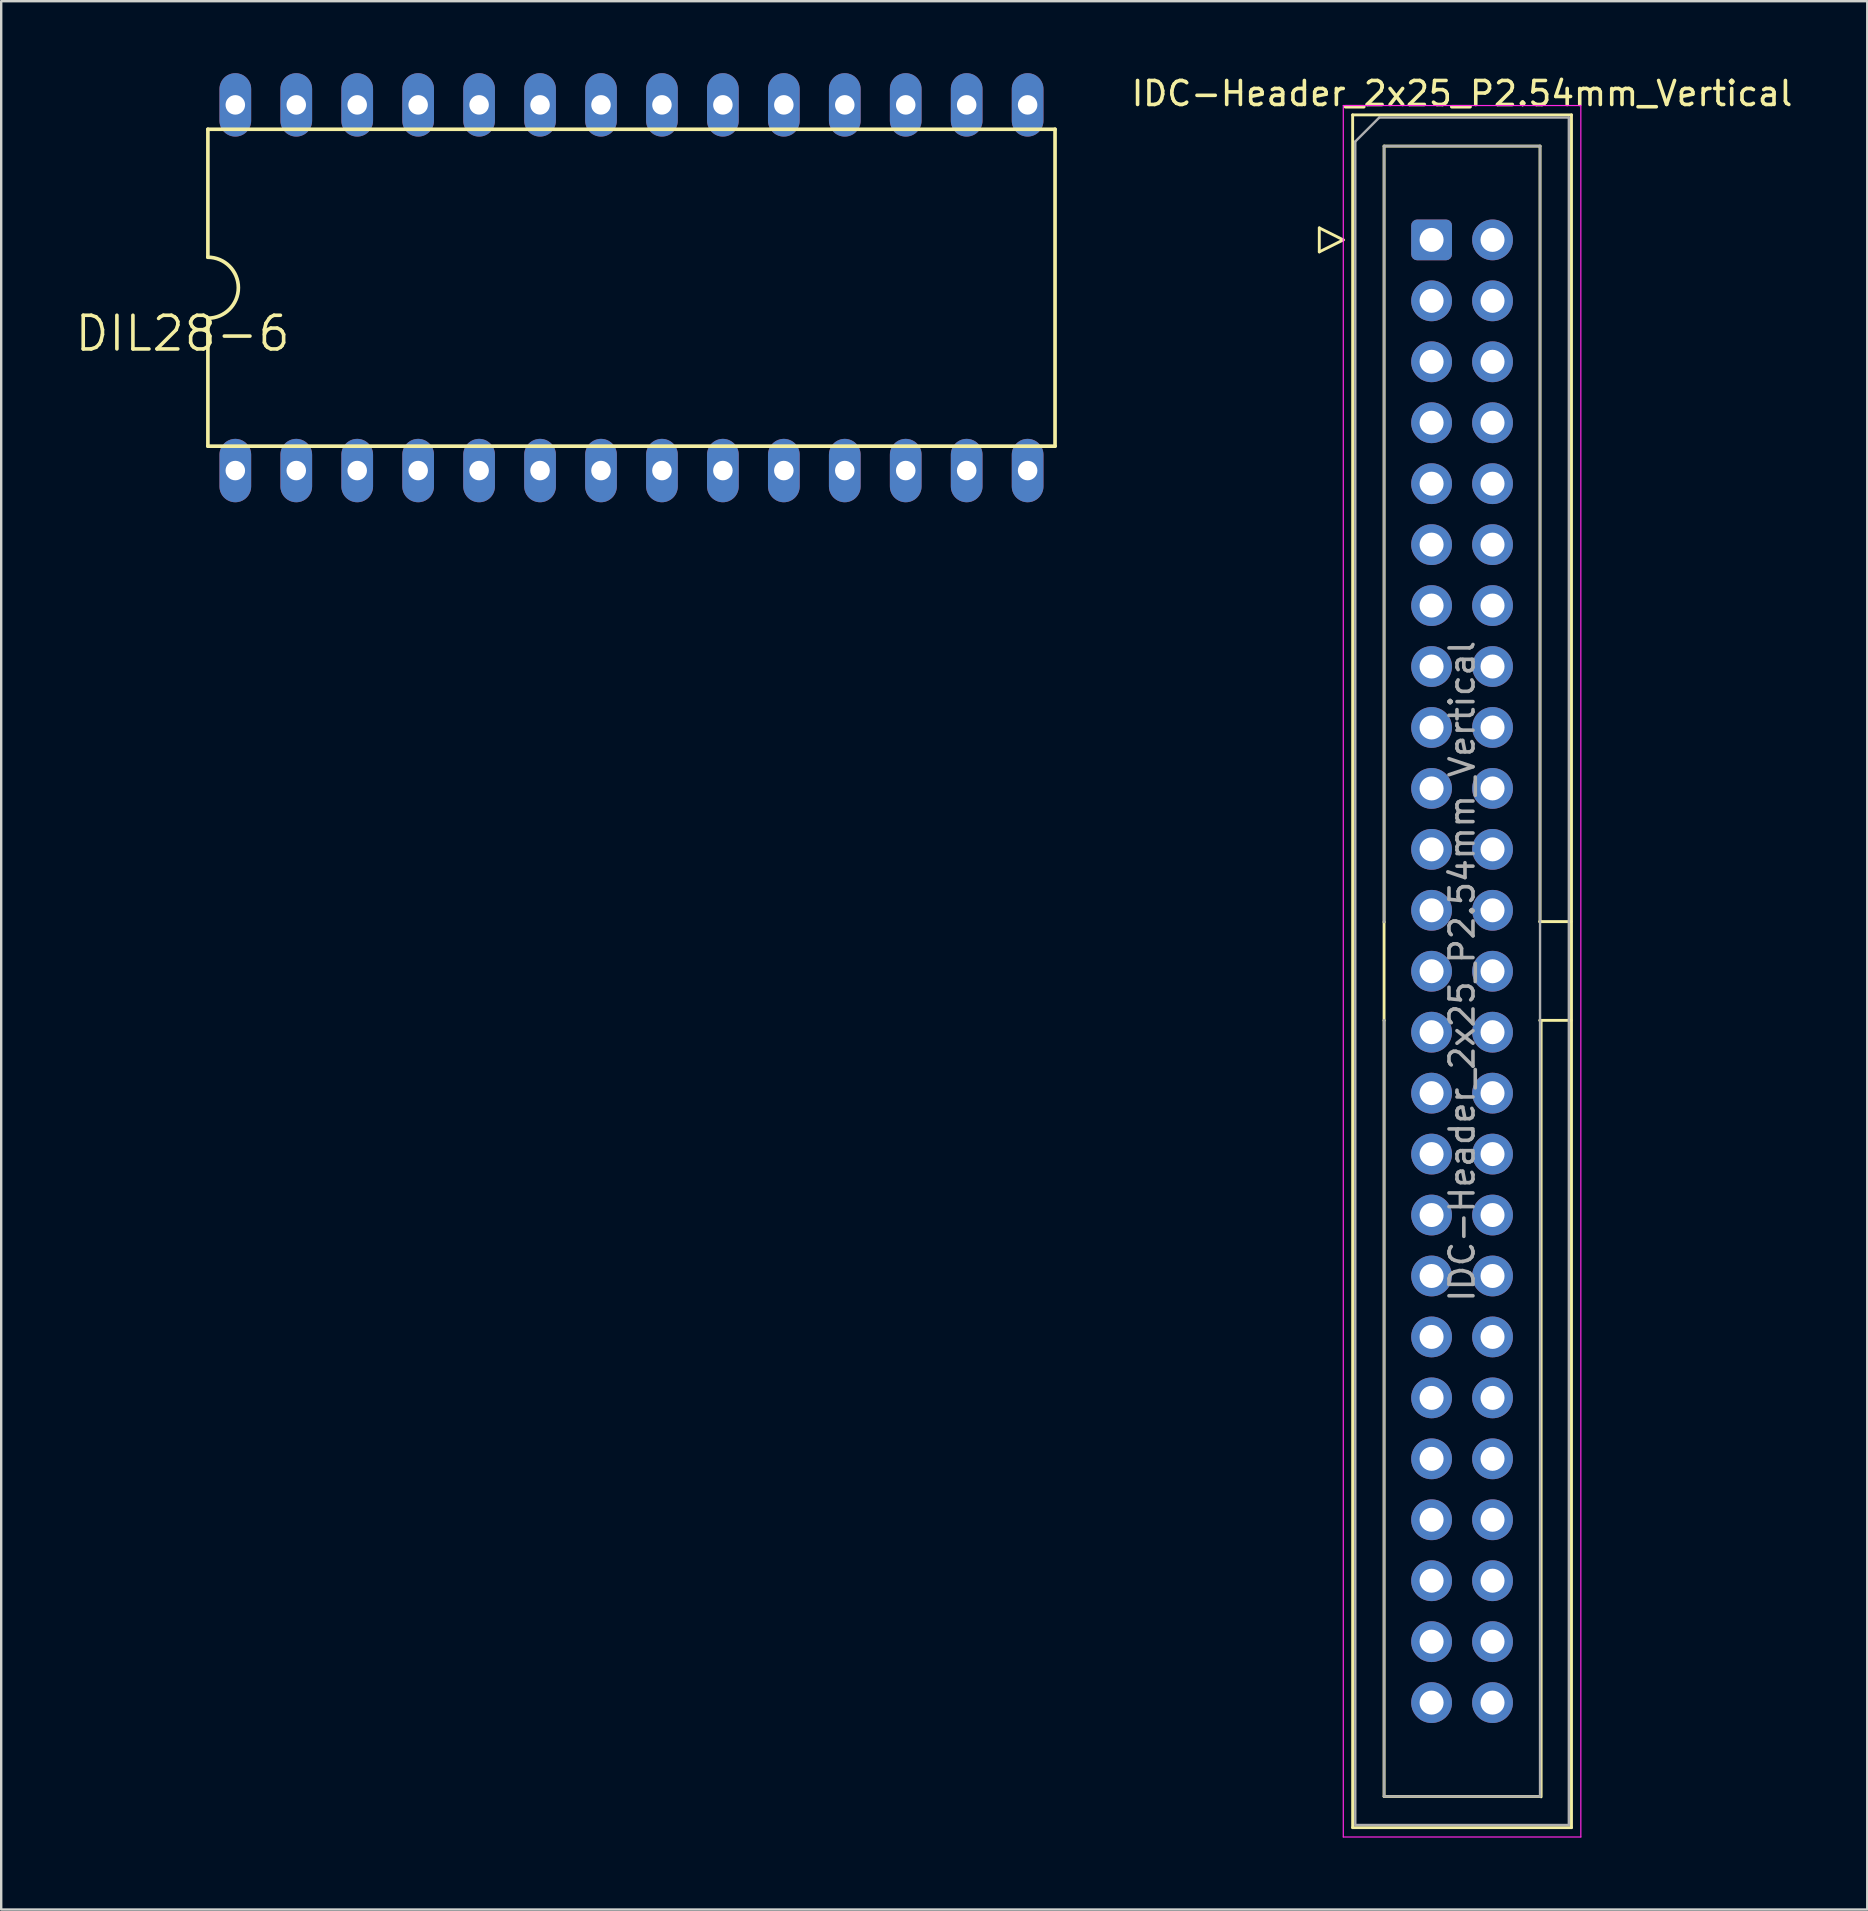
<source format=kicad_pcb>
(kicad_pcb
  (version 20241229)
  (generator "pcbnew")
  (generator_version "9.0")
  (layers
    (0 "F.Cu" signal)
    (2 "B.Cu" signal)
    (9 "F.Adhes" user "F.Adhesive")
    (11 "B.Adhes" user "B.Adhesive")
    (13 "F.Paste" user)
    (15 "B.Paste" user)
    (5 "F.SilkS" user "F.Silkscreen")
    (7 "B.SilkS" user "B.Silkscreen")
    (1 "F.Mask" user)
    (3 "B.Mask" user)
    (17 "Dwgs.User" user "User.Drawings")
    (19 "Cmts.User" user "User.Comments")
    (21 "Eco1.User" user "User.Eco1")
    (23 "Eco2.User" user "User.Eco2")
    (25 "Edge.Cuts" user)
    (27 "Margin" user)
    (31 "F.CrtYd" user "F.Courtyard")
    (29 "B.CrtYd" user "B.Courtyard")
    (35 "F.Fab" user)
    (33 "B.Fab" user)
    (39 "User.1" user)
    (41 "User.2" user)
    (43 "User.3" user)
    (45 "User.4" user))
  (footprint "IDC-Header_2x25_P2.54mm_Vertical"
    (layer "F.Cu")
    (at 56.613 6.948)
    (property "Reference" "IDC-Header_2x25_P2.54mm_Vertical" (at 1.27 -6.1 0) (layer "F.SilkS") (effects (font (size 1 1) (thickness 0.15))))
    (attr through_hole)
    (fp_line (start -4.68 -0.5) (end -4.68 0.5) (stroke (width 0.12) (type solid)) (layer "F.SilkS"))
    (fp_line (start -4.68 0.5) (end -3.68 0) (stroke (width 0.12) (type solid)) (layer "F.SilkS"))
    (fp_line (start -3.68 0) (end -4.68 -0.5) (stroke (width 0.12) (type solid)) (layer "F.SilkS"))
    (fp_line (start -3.29 -5.21) (end 5.83 -5.21) (stroke (width 0.12) (type solid)) (layer "F.SilkS"))
    (fp_line (start -3.29 66.17) (end -3.29 -5.21) (stroke (width 0.12) (type solid)) (layer "F.SilkS"))
    (fp_line (start -1.98 -3.91) (end 4.52 -3.91) (stroke (width 0.12) (type solid)) (layer "F.SilkS"))
    (fp_line (start -1.98 28.43) (end -1.98 -3.91) (stroke (width 0.12) (type solid)) (layer "F.SilkS"))
    (fp_line (start -1.98 32.53) (end -1.98 32.53) (stroke (width 0.12) (type solid)) (layer "F.SilkS"))
    (fp_line (start -1.98 64.87) (end -1.98 28.43) (stroke (width 0.12) (type solid)) (layer "F.SilkS"))
    (fp_line (start 4.505 28.411) (end 5.815 28.411) (stroke (width 0.12) (type solid)) (layer "F.SilkS"))
    (fp_line (start 4.52 28.43) (end 4.52 -3.91) (stroke (width 0.12) (type solid)) (layer "F.SilkS"))
    (fp_line (start 4.52 64.87) (end -1.98 64.87) (stroke (width 0.12) (type solid)) (layer "F.SilkS"))
    (fp_line (start 4.565 64.888) (end 4.565 32.548) (stroke (width 0.12) (type solid)) (layer "F.SilkS"))
    (fp_line (start 5.816 32.528) (end 4.506 32.528) (stroke (width 0.12) (type solid)) (layer "F.SilkS"))
    (fp_line (start 5.83 -5.21) (end 5.83 66.17) (stroke (width 0.12) (type solid)) (layer "F.SilkS"))
    (fp_line (start 5.83 66.17) (end -3.29 66.17) (stroke (width 0.12) (type solid)) (layer "F.SilkS"))
    (fp_line (start -3.68 -5.6) (end -3.68 66.56) (stroke (width 0.05) (type solid)) (layer "F.CrtYd"))
    (fp_line (start -3.68 66.56) (end 6.22 66.56) (stroke (width 0.05) (type solid)) (layer "F.CrtYd"))
    (fp_line (start 6.22 -5.6) (end -3.68 -5.6) (stroke (width 0.05) (type solid)) (layer "F.CrtYd"))
    (fp_line (start 6.22 66.56) (end 6.22 -5.6) (stroke (width 0.05) (type solid)) (layer "F.CrtYd"))
    (fp_line (start -3.18 -4.1) (end -2.18 -5.1) (stroke (width 0.1) (type solid)) (layer "F.Fab"))
    (fp_line (start -3.18 66.06) (end -3.18 -4.1) (stroke (width 0.1) (type solid)) (layer "F.Fab"))
    (fp_line (start -2.18 -5.1) (end 5.72 -5.1) (stroke (width 0.1) (type solid)) (layer "F.Fab"))
    (fp_line (start -1.98 -3.91) (end 4.52 -3.91) (stroke (width 0.1) (type solid)) (layer "F.Fab"))
    (fp_line (start -1.98 28.43) (end -1.98 -3.91) (stroke (width 0.1) (type solid)) (layer "F.Fab"))
    (fp_line (start -1.98 32.53) (end -1.98 32.53) (stroke (width 0.1) (type solid)) (layer "F.Fab"))
    (fp_line (start -1.98 64.87) (end -1.98 32.53) (stroke (width 0.1) (type solid)) (layer "F.Fab"))
    (fp_line (start 4.52 -3.91) (end 4.52 64.87) (stroke (width 0.1) (type solid)) (layer "F.Fab"))
    (fp_line (start 4.52 64.87) (end -1.98 64.87) (stroke (width 0.1) (type solid)) (layer "F.Fab"))
    (fp_line (start 5.72 -5.1) (end 5.72 66.06) (stroke (width 0.1) (type solid)) (layer "F.Fab"))
    (fp_line (start 5.72 66.06) (end -3.18 66.06) (stroke (width 0.1) (type solid)) (layer "F.Fab"))
    (fp_text user "${REFERENCE}" (at 1.27 30.48 90) (layer "F.Fab") (effects (font (size 1 1) (thickness 0.15))))
    (pad "1" thru_hole roundrect (at 0 0) (size 1.7 1.7) (drill 1) (layers "*.Cu" "*.Mask") (roundrect_rratio 0.147))
    (pad "2" thru_hole circle (at 2.54 0) (size 1.7 1.7) (drill 1) (layers "*.Cu" "*.Mask"))
    (pad "3" thru_hole circle (at 0 2.54) (size 1.7 1.7) (drill 1) (layers "*.Cu" "*.Mask"))
    (pad "4" thru_hole circle (at 2.54 2.54) (size 1.7 1.7) (drill 1) (layers "*.Cu" "*.Mask"))
    (pad "5" thru_hole circle (at 0 5.08) (size 1.7 1.7) (drill 1) (layers "*.Cu" "*.Mask"))
    (pad "6" thru_hole circle (at 2.54 5.08) (size 1.7 1.7) (drill 1) (layers "*.Cu" "*.Mask"))
    (pad "7" thru_hole circle (at 0 7.62) (size 1.7 1.7) (drill 1) (layers "*.Cu" "*.Mask"))
    (pad "8" thru_hole circle (at 2.54 7.62) (size 1.7 1.7) (drill 1) (layers "*.Cu" "*.Mask"))
    (pad "9" thru_hole circle (at 0 10.16) (size 1.7 1.7) (drill 1) (layers "*.Cu" "*.Mask"))
    (pad "10" thru_hole circle (at 2.54 10.16) (size 1.7 1.7) (drill 1) (layers "*.Cu" "*.Mask"))
    (pad "11" thru_hole circle (at 0 12.7) (size 1.7 1.7) (drill 1) (layers "*.Cu" "*.Mask"))
    (pad "12" thru_hole circle (at 2.54 12.7) (size 1.7 1.7) (drill 1) (layers "*.Cu" "*.Mask"))
    (pad "13" thru_hole circle (at 0 15.24) (size 1.7 1.7) (drill 1) (layers "*.Cu" "*.Mask"))
    (pad "14" thru_hole circle (at 2.54 15.24) (size 1.7 1.7) (drill 1) (layers "*.Cu" "*.Mask"))
    (pad "15" thru_hole circle (at 0 17.78) (size 1.7 1.7) (drill 1) (layers "*.Cu" "*.Mask"))
    (pad "16" thru_hole circle (at 2.54 17.78) (size 1.7 1.7) (drill 1) (layers "*.Cu" "*.Mask"))
    (pad "17" thru_hole circle (at 0 20.32) (size 1.7 1.7) (drill 1) (layers "*.Cu" "*.Mask"))
    (pad "18" thru_hole circle (at 2.54 20.32) (size 1.7 1.7) (drill 1) (layers "*.Cu" "*.Mask"))
    (pad "19" thru_hole circle (at 0 22.86) (size 1.7 1.7) (drill 1) (layers "*.Cu" "*.Mask"))
    (pad "20" thru_hole circle (at 2.54 22.86) (size 1.7 1.7) (drill 1) (layers "*.Cu" "*.Mask"))
    (pad "21" thru_hole circle (at 0 25.4) (size 1.7 1.7) (drill 1) (layers "*.Cu" "*.Mask"))
    (pad "22" thru_hole circle (at 2.54 25.4) (size 1.7 1.7) (drill 1) (layers "*.Cu" "*.Mask"))
    (pad "23" thru_hole circle (at 0 27.94) (size 1.7 1.7) (drill 1) (layers "*.Cu" "*.Mask"))
    (pad "24" thru_hole circle (at 2.54 27.94) (size 1.7 1.7) (drill 1) (layers "*.Cu" "*.Mask"))
    (pad "25" thru_hole circle (at 0 30.48) (size 1.7 1.7) (drill 1) (layers "*.Cu" "*.Mask"))
    (pad "26" thru_hole circle (at 2.54 30.48) (size 1.7 1.7) (drill 1) (layers "*.Cu" "*.Mask"))
    (pad "27" thru_hole circle (at 0 33.02) (size 1.7 1.7) (drill 1) (layers "*.Cu" "*.Mask"))
    (pad "28" thru_hole circle (at 2.54 33.02) (size 1.7 1.7) (drill 1) (layers "*.Cu" "*.Mask"))
    (pad "29" thru_hole circle (at 0 35.56) (size 1.7 1.7) (drill 1) (layers "*.Cu" "*.Mask"))
    (pad "30" thru_hole circle (at 2.54 35.56) (size 1.7 1.7) (drill 1) (layers "*.Cu" "*.Mask"))
    (pad "31" thru_hole circle (at 0 38.1) (size 1.7 1.7) (drill 1) (layers "*.Cu" "*.Mask"))
    (pad "32" thru_hole circle (at 2.54 38.1) (size 1.7 1.7) (drill 1) (layers "*.Cu" "*.Mask"))
    (pad "33" thru_hole circle (at 0 40.64) (size 1.7 1.7) (drill 1) (layers "*.Cu" "*.Mask"))
    (pad "34" thru_hole circle (at 2.54 40.64) (size 1.7 1.7) (drill 1) (layers "*.Cu" "*.Mask"))
    (pad "35" thru_hole circle (at 0 43.18) (size 1.7 1.7) (drill 1) (layers "*.Cu" "*.Mask"))
    (pad "36" thru_hole circle (at 2.54 43.18) (size 1.7 1.7) (drill 1) (layers "*.Cu" "*.Mask"))
    (pad "37" thru_hole circle (at 0 45.72) (size 1.7 1.7) (drill 1) (layers "*.Cu" "*.Mask"))
    (pad "38" thru_hole circle (at 2.54 45.72) (size 1.7 1.7) (drill 1) (layers "*.Cu" "*.Mask"))
    (pad "39" thru_hole circle (at 0 48.26) (size 1.7 1.7) (drill 1) (layers "*.Cu" "*.Mask"))
    (pad "40" thru_hole circle (at 2.54 48.26) (size 1.7 1.7) (drill 1) (layers "*.Cu" "*.Mask"))
    (pad "41" thru_hole circle (at 0 50.8) (size 1.7 1.7) (drill 1) (layers "*.Cu" "*.Mask"))
    (pad "42" thru_hole circle (at 2.54 50.8) (size 1.7 1.7) (drill 1) (layers "*.Cu" "*.Mask"))
    (pad "43" thru_hole circle (at 0 53.34) (size 1.7 1.7) (drill 1) (layers "*.Cu" "*.Mask"))
    (pad "44" thru_hole circle (at 2.54 53.34) (size 1.7 1.7) (drill 1) (layers "*.Cu" "*.Mask"))
    (pad "45" thru_hole circle (at 0 55.88) (size 1.7 1.7) (drill 1) (layers "*.Cu" "*.Mask"))
    (pad "46" thru_hole circle (at 2.54 55.88) (size 1.7 1.7) (drill 1) (layers "*.Cu" "*.Mask"))
    (pad "47" thru_hole circle (at 0 58.42) (size 1.7 1.7) (drill 1) (layers "*.Cu" "*.Mask"))
    (pad "48" thru_hole circle (at 2.54 58.42) (size 1.7 1.7) (drill 1) (layers "*.Cu" "*.Mask"))
    (pad "49" thru_hole circle (at 0 60.96) (size 1.7 1.7) (drill 1) (layers "*.Cu" "*.Mask"))
    (pad "50" thru_hole circle (at 2.54 60.96) (size 1.7 1.7) (drill 1) (layers "*.Cu" "*.Mask")))
  (footprint "DIL28-6"
    (layer "F.Cu")
    (at 23.267 8.941)
    (property "Reference" "DIL28-6" (at -18.706 1.909 180) (layer "F.SilkS") (effects (font (size 1.403 1.403) (thickness 0.15))))
    (attr through_hole)
    (fp_line (start -17.653 -6.604) (end -17.653 -1.27) (stroke (width 0.152) (type solid)) (layer "F.SilkS"))
    (fp_line (start -17.653 -6.604) (end 17.653 -6.604) (stroke (width 0.152) (type solid)) (layer "F.SilkS"))
    (fp_line (start -17.653 1.27) (end -17.653 6.604) (stroke (width 0.152) (type solid)) (layer "F.SilkS"))
    (fp_line (start -17.653 6.604) (end 17.653 6.604) (stroke (width 0.152) (type solid)) (layer "F.SilkS"))
    (fp_line (start 17.653 6.604) (end 17.653 -6.604) (stroke (width 0.152) (type solid)) (layer "F.SilkS"))
    (fp_arc (start -17.653 -1.27) (mid -16.383 0) (end -17.653 1.27) (stroke (width 0.1524) (type solid)) (layer "F.SilkS"))
    (pad "1" thru_hole oval (at -16.51 7.62) (size 1.321 2.642) (drill 0.813) (layers "*.Cu" "*.Mask"))
    (pad "2" thru_hole oval (at -13.97 7.62) (size 1.321 2.642) (drill 0.813) (layers "*.Cu" "*.Mask"))
    (pad "3" thru_hole oval (at -11.43 7.62) (size 1.321 2.642) (drill 0.813) (layers "*.Cu" "*.Mask"))
    (pad "4" thru_hole oval (at -8.89 7.62) (size 1.321 2.642) (drill 0.813) (layers "*.Cu" "*.Mask"))
    (pad "5" thru_hole oval (at -6.35 7.62) (size 1.321 2.642) (drill 0.813) (layers "*.Cu" "*.Mask"))
    (pad "6" thru_hole oval (at -3.81 7.62) (size 1.321 2.642) (drill 0.813) (layers "*.Cu" "*.Mask"))
    (pad "7" thru_hole oval (at -1.27 7.62) (size 1.321 2.642) (drill 0.813) (layers "*.Cu" "*.Mask"))
    (pad "8" thru_hole oval (at 1.27 7.62) (size 1.321 2.642) (drill 0.813) (layers "*.Cu" "*.Mask"))
    (pad "9" thru_hole oval (at 3.81 7.62) (size 1.321 2.642) (drill 0.813) (layers "*.Cu" "*.Mask"))
    (pad "10" thru_hole oval (at 6.35 7.62) (size 1.321 2.642) (drill 0.813) (layers "*.Cu" "*.Mask"))
    (pad "11" thru_hole oval (at 8.89 7.62) (size 1.321 2.642) (drill 0.813) (layers "*.Cu" "*.Mask"))
    (pad "12" thru_hole oval (at 11.43 7.62) (size 1.321 2.642) (drill 0.813) (layers "*.Cu" "*.Mask"))
    (pad "13" thru_hole oval (at 13.97 7.62) (size 1.321 2.642) (drill 0.813) (layers "*.Cu" "*.Mask"))
    (pad "14" thru_hole oval (at 16.51 7.62) (size 1.321 2.642) (drill 0.813) (layers "*.Cu" "*.Mask"))
    (pad "15" thru_hole oval (at 16.51 -7.62) (size 1.321 2.642) (drill 0.813) (layers "*.Cu" "*.Mask"))
    (pad "16" thru_hole oval (at 13.97 -7.62) (size 1.321 2.642) (drill 0.813) (layers "*.Cu" "*.Mask"))
    (pad "17" thru_hole oval (at 11.43 -7.62) (size 1.321 2.642) (drill 0.813) (layers "*.Cu" "*.Mask"))
    (pad "18" thru_hole oval (at 8.89 -7.62) (size 1.321 2.642) (drill 0.813) (layers "*.Cu" "*.Mask"))
    (pad "19" thru_hole oval (at 6.35 -7.62) (size 1.321 2.642) (drill 0.813) (layers "*.Cu" "*.Mask"))
    (pad "20" thru_hole oval (at 3.81 -7.62) (size 1.321 2.642) (drill 0.813) (layers "*.Cu" "*.Mask"))
    (pad "21" thru_hole oval (at 1.27 -7.62) (size 1.321 2.642) (drill 0.813) (layers "*.Cu" "*.Mask"))
    (pad "22" thru_hole oval (at -1.27 -7.62) (size 1.321 2.642) (drill 0.813) (layers "*.Cu" "*.Mask"))
    (pad "23" thru_hole oval (at -3.81 -7.62) (size 1.321 2.642) (drill 0.813) (layers "*.Cu" "*.Mask"))
    (pad "24" thru_hole oval (at -6.35 -7.62) (size 1.321 2.642) (drill 0.813) (layers "*.Cu" "*.Mask"))
    (pad "25" thru_hole oval (at -8.89 -7.62) (size 1.321 2.642) (drill 0.813) (layers "*.Cu" "*.Mask"))
    (pad "26" thru_hole oval (at -11.43 -7.62) (size 1.321 2.642) (drill 0.813) (layers "*.Cu" "*.Mask"))
    (pad "27" thru_hole oval (at -13.97 -7.62) (size 1.321 2.642) (drill 0.813) (layers "*.Cu" "*.Mask"))
    (pad "28" thru_hole oval (at -16.51 -7.62) (size 1.321 2.642) (drill 0.813) (layers "*.Cu" "*.Mask")))
  (gr_rect
    (start -3 -3)
    (end 74.77 76.533)
    (stroke (width 0.1) (type default))
    (fill no)
    (layer "Edge.Cuts")))
</source>
